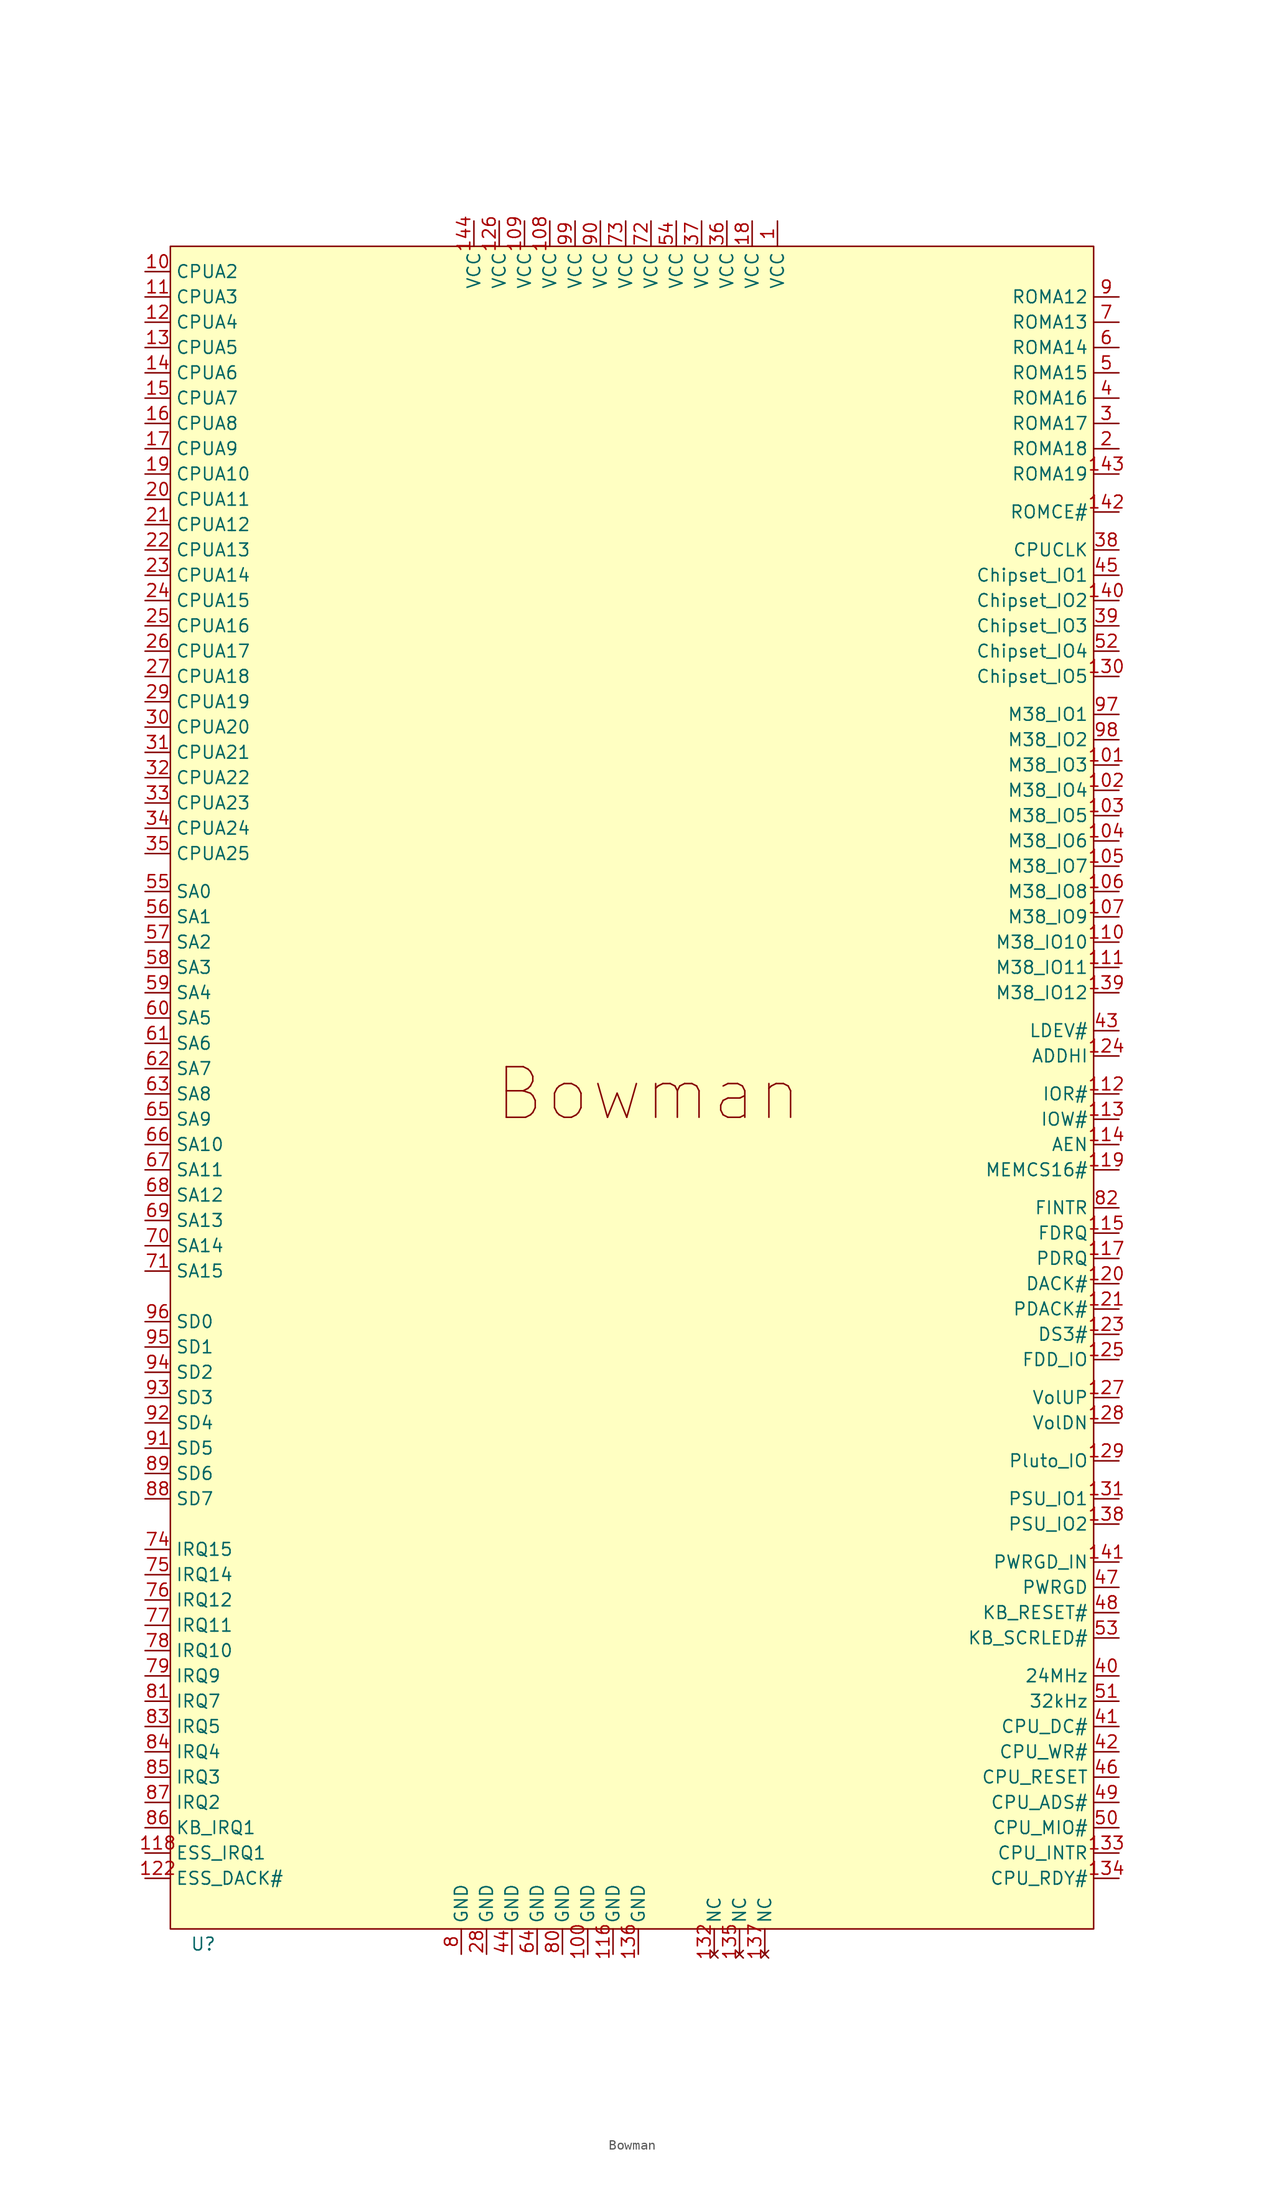
<source format=kicad_sym>
(kicad_symbol_lib
  (version 20241209)
  (generator "kicad_symbol_editor")
  (generator_version "9.0")
  (symbol "Bowman"
    (property "Reference" "U"
      (at -42.418 -84.074 0)
      (effects (font (size 1.27 1.27))))
    (property "Value" ""
      (at 0 0 0)
      (effects (font (size 1.27 1.27))))
    (symbol "Bowman_1_1"
      (rectangle (start -45.72 86.36) (end 46.99 -82.55) (stroke (width 0) (type solid)) (fill (type color) (color 255 255 194 1)))
      (text "Bowman" (at 2.286 1.27 0) (effects (font (size 5.08 5.08))))
      (pin input line (at -48.26 83.82 0) (length 2.54) (name "CPUA2" (effects (font (size 1.27 1.27)))) (number "10" (effects (font (size 1.27 1.27)))))
      (pin input line (at -48.26 81.28 0) (length 2.54) (name "CPUA3" (effects (font (size 1.27 1.27)))) (number "11" (effects (font (size 1.27 1.27)))))
      (pin input line (at -48.26 78.74 0) (length 2.54) (name "CPUA4" (effects (font (size 1.27 1.27)))) (number "12" (effects (font (size 1.27 1.27)))))
      (pin input line (at -48.26 76.2 0) (length 2.54) (name "CPUA5" (effects (font (size 1.27 1.27)))) (number "13" (effects (font (size 1.27 1.27)))))
      (pin input line (at -48.26 73.66 0) (length 2.54) (name "CPUA6" (effects (font (size 1.27 1.27)))) (number "14" (effects (font (size 1.27 1.27)))))
      (pin input line (at -48.26 71.12 0) (length 2.54) (name "CPUA7" (effects (font (size 1.27 1.27)))) (number "15" (effects (font (size 1.27 1.27)))))
      (pin input line (at -48.26 68.58 0) (length 2.54) (name "CPUA8" (effects (font (size 1.27 1.27)))) (number "16" (effects (font (size 1.27 1.27)))))
      (pin input line (at -48.26 66.04 0) (length 2.54) (name "CPUA9" (effects (font (size 1.27 1.27)))) (number "17" (effects (font (size 1.27 1.27)))))
      (pin input line (at -48.26 63.5 0) (length 2.54) (name "CPUA10" (effects (font (size 1.27 1.27)))) (number "19" (effects (font (size 1.27 1.27)))))
      (pin input line (at -48.26 60.96 0) (length 2.54) (name "CPUA11" (effects (font (size 1.27 1.27)))) (number "20" (effects (font (size 1.27 1.27)))))
      (pin input line (at -48.26 58.42 0) (length 2.54) (name "CPUA12" (effects (font (size 1.27 1.27)))) (number "21" (effects (font (size 1.27 1.27)))))
      (pin input line (at -48.26 55.88 0) (length 2.54) (name "CPUA13" (effects (font (size 1.27 1.27)))) (number "22" (effects (font (size 1.27 1.27)))))
      (pin input line (at -48.26 53.34 0) (length 2.54) (name "CPUA14" (effects (font (size 1.27 1.27)))) (number "23" (effects (font (size 1.27 1.27)))))
      (pin input line (at -48.26 50.8 0) (length 2.54) (name "CPUA15" (effects (font (size 1.27 1.27)))) (number "24" (effects (font (size 1.27 1.27)))))
      (pin input line (at -48.26 48.26 0) (length 2.54) (name "CPUA16" (effects (font (size 1.27 1.27)))) (number "25" (effects (font (size 1.27 1.27)))))
      (pin input line (at -48.26 45.72 0) (length 2.54) (name "CPUA17" (effects (font (size 1.27 1.27)))) (number "26" (effects (font (size 1.27 1.27)))))
      (pin input line (at -48.26 43.18 0) (length 2.54) (name "CPUA18" (effects (font (size 1.27 1.27)))) (number "27" (effects (font (size 1.27 1.27)))))
      (pin input line (at -48.26 40.64 0) (length 2.54) (name "CPUA19" (effects (font (size 1.27 1.27)))) (number "29" (effects (font (size 1.27 1.27)))))
      (pin input line (at -48.26 38.1 0) (length 2.54) (name "CPUA20" (effects (font (size 1.27 1.27)))) (number "30" (effects (font (size 1.27 1.27)))))
      (pin input line (at -48.26 35.56 0) (length 2.54) (name "CPUA21" (effects (font (size 1.27 1.27)))) (number "31" (effects (font (size 1.27 1.27)))))
      (pin input line (at -48.26 33.02 0) (length 2.54) (name "CPUA22" (effects (font (size 1.27 1.27)))) (number "32" (effects (font (size 1.27 1.27)))))
      (pin input line (at -48.26 30.48 0) (length 2.54) (name "CPUA23" (effects (font (size 1.27 1.27)))) (number "33" (effects (font (size 1.27 1.27)))))
      (pin input line (at -48.26 27.94 0) (length 2.54) (name "CPUA24" (effects (font (size 1.27 1.27)))) (number "34" (effects (font (size 1.27 1.27)))))
      (pin input line (at -48.26 25.4 0) (length 2.54) (name "CPUA25" (effects (font (size 1.27 1.27)))) (number "35" (effects (font (size 1.27 1.27)))))
      (pin bidirectional line (at -48.26 21.59 0) (length 2.54) (name "SA0" (effects (font (size 1.27 1.27)))) (number "55" (effects (font (size 1.27 1.27)))))
      (pin bidirectional line (at -48.26 19.05 0) (length 2.54) (name "SA1" (effects (font (size 1.27 1.27)))) (number "56" (effects (font (size 1.27 1.27)))))
      (pin bidirectional line (at -48.26 16.51 0) (length 2.54) (name "SA2" (effects (font (size 1.27 1.27)))) (number "57" (effects (font (size 1.27 1.27)))))
      (pin bidirectional line (at -48.26 13.97 0) (length 2.54) (name "SA3" (effects (font (size 1.27 1.27)))) (number "58" (effects (font (size 1.27 1.27)))))
      (pin bidirectional line (at -48.26 11.43 0) (length 2.54) (name "SA4" (effects (font (size 1.27 1.27)))) (number "59" (effects (font (size 1.27 1.27)))))
      (pin bidirectional line (at -48.26 8.89 0) (length 2.54) (name "SA5" (effects (font (size 1.27 1.27)))) (number "60" (effects (font (size 1.27 1.27)))))
      (pin bidirectional line (at -48.26 6.35 0) (length 2.54) (name "SA6" (effects (font (size 1.27 1.27)))) (number "61" (effects (font (size 1.27 1.27)))))
      (pin bidirectional line (at -48.26 3.81 0) (length 2.54) (name "SA7" (effects (font (size 1.27 1.27)))) (number "62" (effects (font (size 1.27 1.27)))))
      (pin bidirectional line (at -48.26 1.27 0) (length 2.54) (name "SA8" (effects (font (size 1.27 1.27)))) (number "63" (effects (font (size 1.27 1.27)))))
      (pin bidirectional line (at -48.26 -1.27 0) (length 2.54) (name "SA9" (effects (font (size 1.27 1.27)))) (number "65" (effects (font (size 1.27 1.27)))))
      (pin bidirectional line (at -48.26 -3.81 0) (length 2.54) (name "SA10" (effects (font (size 1.27 1.27)))) (number "66" (effects (font (size 1.27 1.27)))))
      (pin bidirectional line (at -48.26 -6.35 0) (length 2.54) (name "SA11" (effects (font (size 1.27 1.27)))) (number "67" (effects (font (size 1.27 1.27)))))
      (pin bidirectional line (at -48.26 -8.89 0) (length 2.54) (name "SA12" (effects (font (size 1.27 1.27)))) (number "68" (effects (font (size 1.27 1.27)))))
      (pin bidirectional line (at -48.26 -11.43 0) (length 2.54) (name "SA13" (effects (font (size 1.27 1.27)))) (number "69" (effects (font (size 1.27 1.27)))))
      (pin bidirectional line (at -48.26 -13.97 0) (length 2.54) (name "SA14" (effects (font (size 1.27 1.27)))) (number "70" (effects (font (size 1.27 1.27)))))
      (pin bidirectional line (at -48.26 -16.51 0) (length 2.54) (name "SA15" (effects (font (size 1.27 1.27)))) (number "71" (effects (font (size 1.27 1.27)))))
      (pin bidirectional line (at -48.26 -21.59 0) (length 2.54) (name "SD0" (effects (font (size 1.27 1.27)))) (number "96" (effects (font (size 1.27 1.27)))))
      (pin bidirectional line (at -48.26 -24.13 0) (length 2.54) (name "SD1" (effects (font (size 1.27 1.27)))) (number "95" (effects (font (size 1.27 1.27)))))
      (pin bidirectional line (at -48.26 -26.67 0) (length 2.54) (name "SD2" (effects (font (size 1.27 1.27)))) (number "94" (effects (font (size 1.27 1.27)))))
      (pin bidirectional line (at -48.26 -29.21 0) (length 2.54) (name "SD3" (effects (font (size 1.27 1.27)))) (number "93" (effects (font (size 1.27 1.27)))))
      (pin bidirectional line (at -48.26 -31.75 0) (length 2.54) (name "SD4" (effects (font (size 1.27 1.27)))) (number "92" (effects (font (size 1.27 1.27)))))
      (pin bidirectional line (at -48.26 -34.29 0) (length 2.54) (name "SD5" (effects (font (size 1.27 1.27)))) (number "91" (effects (font (size 1.27 1.27)))))
      (pin bidirectional line (at -48.26 -36.83 0) (length 2.54) (name "SD6" (effects (font (size 1.27 1.27)))) (number "89" (effects (font (size 1.27 1.27)))))
      (pin bidirectional line (at -48.26 -39.37 0) (length 2.54) (name "SD7" (effects (font (size 1.27 1.27)))) (number "88" (effects (font (size 1.27 1.27)))))
      (pin input line (at -48.26 -44.45 0) (length 2.54) (name "IRQ15" (effects (font (size 1.27 1.27)))) (number "74" (effects (font (size 1.27 1.27)))))
      (pin input line (at -48.26 -46.99 0) (length 2.54) (name "IRQ14" (effects (font (size 1.27 1.27)))) (number "75" (effects (font (size 1.27 1.27)))))
      (pin input line (at -48.26 -49.53 0) (length 2.54) (name "IRQ12" (effects (font (size 1.27 1.27)))) (number "76" (effects (font (size 1.27 1.27)))))
      (pin input line (at -48.26 -52.07 0) (length 2.54) (name "IRQ11" (effects (font (size 1.27 1.27)))) (number "77" (effects (font (size 1.27 1.27)))))
      (pin input line (at -48.26 -54.61 0) (length 2.54) (name "IRQ10" (effects (font (size 1.27 1.27)))) (number "78" (effects (font (size 1.27 1.27)))))
      (pin input line (at -48.26 -57.15 0) (length 2.54) (name "IRQ9" (effects (font (size 1.27 1.27)))) (number "79" (effects (font (size 1.27 1.27)))))
      (pin input line (at -48.26 -59.69 0) (length 2.54) (name "IRQ7" (effects (font (size 1.27 1.27)))) (number "81" (effects (font (size 1.27 1.27)))))
      (pin input line (at -48.26 -62.23 0) (length 2.54) (name "IRQ5" (effects (font (size 1.27 1.27)))) (number "83" (effects (font (size 1.27 1.27)))))
      (pin input line (at -48.26 -64.77 0) (length 2.54) (name "IRQ4" (effects (font (size 1.27 1.27)))) (number "84" (effects (font (size 1.27 1.27)))))
      (pin input line (at -48.26 -67.31 0) (length 2.54) (name "IRQ3" (effects (font (size 1.27 1.27)))) (number "85" (effects (font (size 1.27 1.27)))))
      (pin input line (at -48.26 -69.85 0) (length 2.54) (name "IRQ2" (effects (font (size 1.27 1.27)))) (number "87" (effects (font (size 1.27 1.27)))))
      (pin input line (at -48.26 -72.39 0) (length 2.54) (name "KB_IRQ1" (effects (font (size 1.27 1.27)))) (number "86" (effects (font (size 1.27 1.27)))))
      (pin input line (at -48.26 -74.93 0) (length 2.54) (name "ESS_IRQ1" (effects (font (size 1.27 1.27)))) (number "118" (effects (font (size 1.27 1.27)))))
      (pin output line (at -48.26 -77.47 0) (length 2.54) (name "ESS_DACK#" (effects (font (size 1.27 1.27)))) (number "122" (effects (font (size 1.27 1.27)))))
      (pin power_in line (at -16.51 -85.09 90) (length 2.54) (name "GND" (effects (font (size 1.27 1.27)))) (number "8" (effects (font (size 1.27 1.27)))))
      (pin power_in line (at -15.24 88.9 270) (length 2.54) (name "VCC" (effects (font (size 1.27 1.27)))) (number "144" (effects (font (size 1.27 1.27)))))
      (pin power_in line (at -13.97 -85.09 90) (length 2.54) (name "GND" (effects (font (size 1.27 1.27)))) (number "28" (effects (font (size 1.27 1.27)))))
      (pin power_in line (at -12.7 88.9 270) (length 2.54) (name "VCC" (effects (font (size 1.27 1.27)))) (number "126" (effects (font (size 1.27 1.27)))))
      (pin power_in line (at -11.43 -85.09 90) (length 2.54) (name "GND" (effects (font (size 1.27 1.27)))) (number "44" (effects (font (size 1.27 1.27)))))
      (pin power_in line (at -10.16 88.9 270) (length 2.54) (name "VCC" (effects (font (size 1.27 1.27)))) (number "109" (effects (font (size 1.27 1.27)))))
      (pin power_in line (at -8.89 -85.09 90) (length 2.54) (name "GND" (effects (font (size 1.27 1.27)))) (number "64" (effects (font (size 1.27 1.27)))))
      (pin power_in line (at -7.62 88.9 270) (length 2.54) (name "VCC" (effects (font (size 1.27 1.27)))) (number "108" (effects (font (size 1.27 1.27)))))
      (pin power_in line (at -6.35 -85.09 90) (length 2.54) (name "GND" (effects (font (size 1.27 1.27)))) (number "80" (effects (font (size 1.27 1.27)))))
      (pin power_in line (at -5.08 88.9 270) (length 2.54) (name "VCC" (effects (font (size 1.27 1.27)))) (number "99" (effects (font (size 1.27 1.27)))))
      (pin power_in line (at -3.81 -85.09 90) (length 2.54) (name "GND" (effects (font (size 1.27 1.27)))) (number "100" (effects (font (size 1.27 1.27)))))
      (pin power_in line (at -2.54 88.9 270) (length 2.54) (name "VCC" (effects (font (size 1.27 1.27)))) (number "90" (effects (font (size 1.27 1.27)))))
      (pin power_in line (at -1.27 -85.09 90) (length 2.54) (name "GND" (effects (font (size 1.27 1.27)))) (number "116" (effects (font (size 1.27 1.27)))))
      (pin power_in line (at 0 88.9 270) (length 2.54) (name "VCC" (effects (font (size 1.27 1.27)))) (number "73" (effects (font (size 1.27 1.27)))))
      (pin power_in line (at 1.27 -85.09 90) (length 2.54) (name "GND" (effects (font (size 1.27 1.27)))) (number "136" (effects (font (size 1.27 1.27)))))
      (pin power_in line (at 2.54 88.9 270) (length 2.54) (name "VCC" (effects (font (size 1.27 1.27)))) (number "72" (effects (font (size 1.27 1.27)))))
      (pin power_in line (at 5.08 88.9 270) (length 2.54) (name "VCC" (effects (font (size 1.27 1.27)))) (number "54" (effects (font (size 1.27 1.27)))))
      (pin power_in line (at 7.62 88.9 270) (length 2.54) (name "VCC" (effects (font (size 1.27 1.27)))) (number "37" (effects (font (size 1.27 1.27)))))
      (pin no_connect line (at 8.89 -85.09 90) (length 2.54) (name "NC" (effects (font (size 1.27 1.27)))) (number "132" (effects (font (size 1.27 1.27)))))
      (pin power_in line (at 10.16 88.9 270) (length 2.54) (name "VCC" (effects (font (size 1.27 1.27)))) (number "36" (effects (font (size 1.27 1.27)))))
      (pin no_connect line (at 11.43 -85.09 90) (length 2.54) (name "NC" (effects (font (size 1.27 1.27)))) (number "135" (effects (font (size 1.27 1.27)))))
      (pin power_in line (at 12.7 88.9 270) (length 2.54) (name "VCC" (effects (font (size 1.27 1.27)))) (number "18" (effects (font (size 1.27 1.27)))))
      (pin no_connect line (at 13.97 -85.09 90) (length 2.54) (name "NC" (effects (font (size 1.27 1.27)))) (number "137" (effects (font (size 1.27 1.27)))))
      (pin power_in line (at 15.24 88.9 270) (length 2.54) (name "VCC" (effects (font (size 1.27 1.27)))) (number "1" (effects (font (size 1.27 1.27)))))
      (pin output line (at 49.53 81.28 180) (length 2.54) (name "ROMA12" (effects (font (size 1.27 1.27)))) (number "9" (effects (font (size 1.27 1.27)))))
      (pin output line (at 49.53 78.74 180) (length 2.54) (name "ROMA13" (effects (font (size 1.27 1.27)))) (number "7" (effects (font (size 1.27 1.27)))))
      (pin output line (at 49.53 76.2 180) (length 2.54) (name "ROMA14" (effects (font (size 1.27 1.27)))) (number "6" (effects (font (size 1.27 1.27)))))
      (pin output line (at 49.53 73.66 180) (length 2.54) (name "ROMA15" (effects (font (size 1.27 1.27)))) (number "5" (effects (font (size 1.27 1.27)))))
      (pin output line (at 49.53 71.12 180) (length 2.54) (name "ROMA16" (effects (font (size 1.27 1.27)))) (number "4" (effects (font (size 1.27 1.27)))))
      (pin output line (at 49.53 68.58 180) (length 2.54) (name "ROMA17" (effects (font (size 1.27 1.27)))) (number "3" (effects (font (size 1.27 1.27)))))
      (pin output line (at 49.53 66.04 180) (length 2.54) (name "ROMA18" (effects (font (size 1.27 1.27)))) (number "2" (effects (font (size 1.27 1.27)))))
      (pin output line (at 49.53 63.5 180) (length 2.54) (name "ROMA19" (effects (font (size 1.27 1.27)))) (number "143" (effects (font (size 1.27 1.27)))))
      (pin output line (at 49.53 59.69 180) (length 2.54) (name "ROMCE#" (effects (font (size 1.27 1.27)))) (number "142" (effects (font (size 1.27 1.27)))))
      (pin input line (at 49.53 55.88 180) (length 2.54) (name "CPUCLK" (effects (font (size 1.27 1.27)))) (number "38" (effects (font (size 1.27 1.27)))))
      (pin bidirectional line (at 49.53 53.34 180) (length 2.54) (name "Chipset_IO1" (effects (font (size 1.27 1.27)))) (number "45" (effects (font (size 1.27 1.27)))))
      (pin bidirectional line (at 49.53 50.8 180) (length 2.54) (name "Chipset_IO2" (effects (font (size 1.27 1.27)))) (number "140" (effects (font (size 1.27 1.27)))))
      (pin bidirectional line (at 49.53 48.26 180) (length 2.54) (name "Chipset_IO3" (effects (font (size 1.27 1.27)))) (number "39" (effects (font (size 1.27 1.27)))))
      (pin bidirectional line (at 49.53 45.72 180) (length 2.54) (name "Chipset_IO4" (effects (font (size 1.27 1.27)))) (number "52" (effects (font (size 1.27 1.27)))))
      (pin bidirectional line (at 49.53 43.18 180) (length 2.54) (name "Chipset_IO5" (effects (font (size 1.27 1.27)))) (number "130" (effects (font (size 1.27 1.27)))))
      (pin bidirectional line (at 49.53 39.37 180) (length 2.54) (name "M38_IO1" (effects (font (size 1.27 1.27)))) (number "97" (effects (font (size 1.27 1.27)))))
      (pin bidirectional line (at 49.53 36.83 180) (length 2.54) (name "M38_IO2" (effects (font (size 1.27 1.27)))) (number "98" (effects (font (size 1.27 1.27)))))
      (pin bidirectional line (at 49.53 34.29 180) (length 2.54) (name "M38_IO3" (effects (font (size 1.27 1.27)))) (number "101" (effects (font (size 1.27 1.27)))))
      (pin bidirectional line (at 49.53 31.75 180) (length 2.54) (name "M38_IO4" (effects (font (size 1.27 1.27)))) (number "102" (effects (font (size 1.27 1.27)))))
      (pin bidirectional line (at 49.53 29.21 180) (length 2.54) (name "M38_IO5" (effects (font (size 1.27 1.27)))) (number "103" (effects (font (size 1.27 1.27)))))
      (pin bidirectional line (at 49.53 26.67 180) (length 2.54) (name "M38_IO6" (effects (font (size 1.27 1.27)))) (number "104" (effects (font (size 1.27 1.27)))))
      (pin bidirectional line (at 49.53 24.13 180) (length 2.54) (name "M38_IO7" (effects (font (size 1.27 1.27)))) (number "105" (effects (font (size 1.27 1.27)))))
      (pin bidirectional line (at 49.53 21.59 180) (length 2.54) (name "M38_IO8" (effects (font (size 1.27 1.27)))) (number "106" (effects (font (size 1.27 1.27)))))
      (pin bidirectional line (at 49.53 19.05 180) (length 2.54) (name "M38_IO9" (effects (font (size 1.27 1.27)))) (number "107" (effects (font (size 1.27 1.27)))))
      (pin bidirectional line (at 49.53 16.51 180) (length 2.54) (name "M38_IO10" (effects (font (size 1.27 1.27)))) (number "110" (effects (font (size 1.27 1.27)))))
      (pin bidirectional line (at 49.53 13.97 180) (length 2.54) (name "M38_IO11" (effects (font (size 1.27 1.27)))) (number "111" (effects (font (size 1.27 1.27)))))
      (pin output line (at 49.53 11.43 180) (length 2.54) (name "M38_IO12" (effects (font (size 1.27 1.27)))) (number "139" (effects (font (size 1.27 1.27)))))
      (pin input line (at 49.53 7.62 180) (length 2.54) (name "LDEV#" (effects (font (size 1.27 1.27)))) (number "43" (effects (font (size 1.27 1.27)))))
      (pin output line (at 49.53 5.08 180) (length 2.54) (name "ADDHI" (effects (font (size 1.27 1.27)))) (number "124" (effects (font (size 1.27 1.27)))))
      (pin input line (at 49.53 1.27 180) (length 2.54) (name "IOR#" (effects (font (size 1.27 1.27)))) (number "112" (effects (font (size 1.27 1.27)))))
      (pin input line (at 49.53 -1.27 180) (length 2.54) (name "IOW#" (effects (font (size 1.27 1.27)))) (number "113" (effects (font (size 1.27 1.27)))))
      (pin input line (at 49.53 -3.81 180) (length 2.54) (name "AEN" (effects (font (size 1.27 1.27)))) (number "114" (effects (font (size 1.27 1.27)))))
      (pin input line (at 49.53 -6.35 180) (length 2.54) (name "MEMCS16#" (effects (font (size 1.27 1.27)))) (number "119" (effects (font (size 1.27 1.27)))))
      (pin input line (at 49.53 -10.16 180) (length 2.54) (name "FINTR" (effects (font (size 1.27 1.27)))) (number "82" (effects (font (size 1.27 1.27)))))
      (pin input line (at 49.53 -12.7 180) (length 2.54) (name "FDRQ" (effects (font (size 1.27 1.27)))) (number "115" (effects (font (size 1.27 1.27)))))
      (pin input line (at 49.53 -15.24 180) (length 2.54) (name "PDRQ" (effects (font (size 1.27 1.27)))) (number "117" (effects (font (size 1.27 1.27)))))
      (pin output line (at 49.53 -17.78 180) (length 2.54) (name "DACK#" (effects (font (size 1.27 1.27)))) (number "120" (effects (font (size 1.27 1.27)))))
      (pin input line (at 49.53 -20.32 180) (length 2.54) (name "PDACK#" (effects (font (size 1.27 1.27)))) (number "121" (effects (font (size 1.27 1.27)))))
      (pin output line (at 49.53 -22.86 180) (length 2.54) (name "DS3#" (effects (font (size 1.27 1.27)))) (number "123" (effects (font (size 1.27 1.27)))))
      (pin input line (at 49.53 -25.4 180) (length 2.54) (name "FDD_IO" (effects (font (size 1.27 1.27)))) (number "125" (effects (font (size 1.27 1.27)))))
      (pin output line (at 49.53 -29.21 180) (length 2.54) (name "VolUP" (effects (font (size 1.27 1.27)))) (number "127" (effects (font (size 1.27 1.27)))))
      (pin output line (at 49.53 -31.75 180) (length 2.54) (name "VolDN" (effects (font (size 1.27 1.27)))) (number "128" (effects (font (size 1.27 1.27)))))
      (pin bidirectional line (at 49.53 -35.56 180) (length 2.54) (name "Pluto_IO" (effects (font (size 1.27 1.27)))) (number "129" (effects (font (size 1.27 1.27)))))
      (pin bidirectional line (at 49.53 -39.37 180) (length 2.54) (name "PSU_IO1" (effects (font (size 1.27 1.27)))) (number "131" (effects (font (size 1.27 1.27)))))
      (pin bidirectional line (at 49.53 -41.91 180) (length 2.54) (name "PSU_IO2" (effects (font (size 1.27 1.27)))) (number "138" (effects (font (size 1.27 1.27)))))
      (pin input line (at 49.53 -45.72 180) (length 2.54) (name "PWRGD_IN" (effects (font (size 1.27 1.27)))) (number "141" (effects (font (size 1.27 1.27)))))
      (pin input line (at 49.53 -48.26 180) (length 2.54) (name "PWRGD" (effects (font (size 1.27 1.27)))) (number "47" (effects (font (size 1.27 1.27)))))
      (pin output line (at 49.53 -50.8 180) (length 2.54) (name "KB_RESET#" (effects (font (size 1.27 1.27)))) (number "48" (effects (font (size 1.27 1.27)))))
      (pin output line (at 49.53 -53.34 180) (length 2.54) (name "KB_SCRLED#" (effects (font (size 1.27 1.27)))) (number "53" (effects (font (size 1.27 1.27)))))
      (pin input line (at 49.53 -57.15 180) (length 2.54) (name "24MHz" (effects (font (size 1.27 1.27)))) (number "40" (effects (font (size 1.27 1.27)))))
      (pin input line (at 49.53 -59.69 180) (length 2.54) (name "32kHz" (effects (font (size 1.27 1.27)))) (number "51" (effects (font (size 1.27 1.27)))))
      (pin input line (at 49.53 -62.23 180) (length 2.54) (name "CPU_DC#" (effects (font (size 1.27 1.27)))) (number "41" (effects (font (size 1.27 1.27)))))
      (pin input line (at 49.53 -64.77 180) (length 2.54) (name "CPU_WR#" (effects (font (size 1.27 1.27)))) (number "42" (effects (font (size 1.27 1.27)))))
      (pin input line (at 49.53 -67.31 180) (length 2.54) (name "CPU_RESET" (effects (font (size 1.27 1.27)))) (number "46" (effects (font (size 1.27 1.27)))))
      (pin input line (at 49.53 -69.85 180) (length 2.54) (name "CPU_ADS#" (effects (font (size 1.27 1.27)))) (number "49" (effects (font (size 1.27 1.27)))))
      (pin input line (at 49.53 -72.39 180) (length 2.54) (name "CPU_MIO#" (effects (font (size 1.27 1.27)))) (number "50" (effects (font (size 1.27 1.27)))))
      (pin input line (at 49.53 -74.93 180) (length 2.54) (name "CPU_INTR" (effects (font (size 1.27 1.27)))) (number "133" (effects (font (size 1.27 1.27)))))
      (pin input line (at 49.53 -77.47 180) (length 2.54) (name "CPU_RDY#" (effects (font (size 1.27 1.27)))) (number "134" (effects (font (size 1.27 1.27))))))))
</source>
